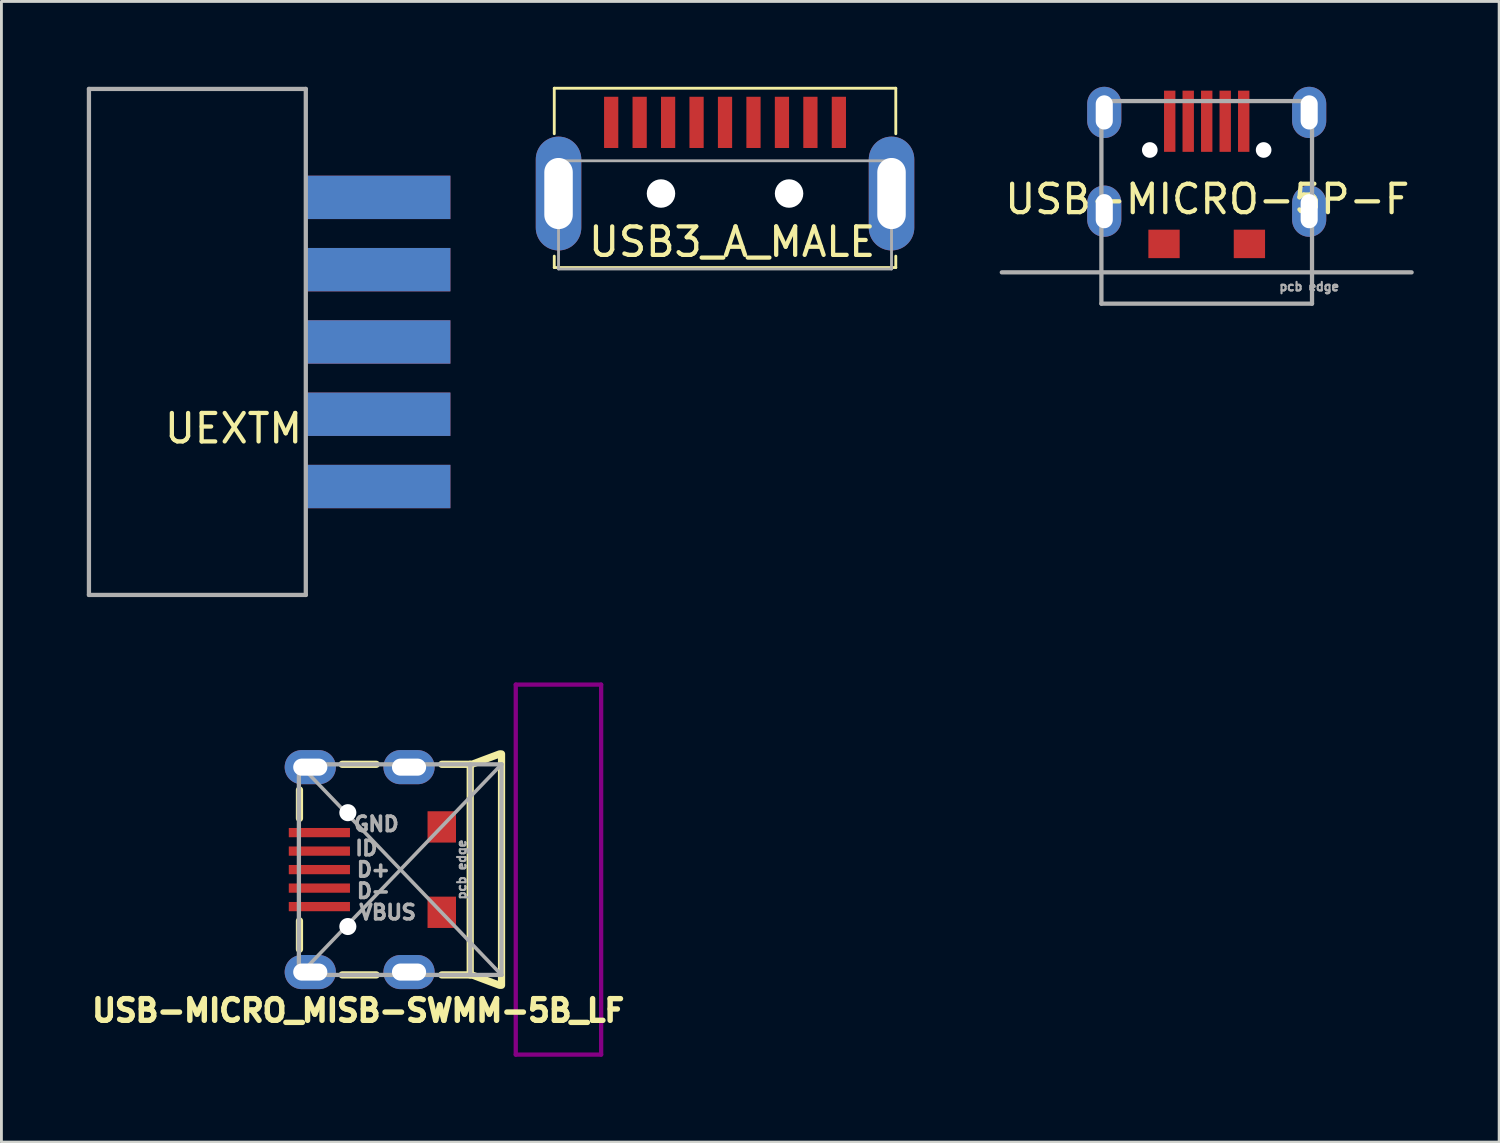
<source format=kicad_pcb>
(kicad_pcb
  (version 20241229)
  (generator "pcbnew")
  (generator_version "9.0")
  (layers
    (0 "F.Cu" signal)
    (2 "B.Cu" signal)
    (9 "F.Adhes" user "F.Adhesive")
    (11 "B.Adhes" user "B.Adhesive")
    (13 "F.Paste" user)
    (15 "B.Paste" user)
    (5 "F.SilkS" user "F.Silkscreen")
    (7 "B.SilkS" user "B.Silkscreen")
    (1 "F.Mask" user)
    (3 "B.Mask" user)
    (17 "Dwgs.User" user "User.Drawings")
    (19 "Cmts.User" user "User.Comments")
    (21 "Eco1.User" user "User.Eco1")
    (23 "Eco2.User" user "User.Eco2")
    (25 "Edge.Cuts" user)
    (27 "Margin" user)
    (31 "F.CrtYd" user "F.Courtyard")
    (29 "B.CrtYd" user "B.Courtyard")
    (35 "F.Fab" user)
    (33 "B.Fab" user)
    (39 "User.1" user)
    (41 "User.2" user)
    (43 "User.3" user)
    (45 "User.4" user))
  (footprint "USB3_A_MALE"
    (layer "F.Cu")
    (at 22.425 6.4)
    (property "Reference" "USB3_A_MALE" (at 0.25 -0.95 0) (layer "F.SilkS") (effects (font (size 1 1) (thickness 0.15))))
    (attr through_hole)
    (fp_line (start -6 -6.35) (end 6 -6.35) (stroke (width 0.1) (type solid)) (layer "F.SilkS"))
    (fp_line (start -6 -4.75) (end -6 -6.35) (stroke (width 0.1) (type solid)) (layer "F.SilkS"))
    (fp_line (start -6 -0.45) (end -6 -0.05) (stroke (width 0.1) (type solid)) (layer "F.SilkS"))
    (fp_line (start -6 -0.05) (end 6 -0.05) (stroke (width 0.1) (type solid)) (layer "F.SilkS"))
    (fp_line (start 6 -6.35) (end 6 -4.75) (stroke (width 0.1) (type solid)) (layer "F.SilkS"))
    (fp_line (start 6 -0.05) (end 6 -0.45) (stroke (width 0.1) (type solid)) (layer "F.SilkS"))
    (fp_line (start -5.85 -3.8) (end 5.85 -3.8) (stroke (width 0.1) (type solid)) (layer "F.Fab"))
    (fp_line (start -5.85 0) (end -5.85 -3.8) (stroke (width 0.1) (type solid)) (layer "F.Fab"))
    (fp_line (start -5.85 0) (end 5.85 0) (stroke (width 0.1) (type solid)) (layer "F.Fab"))
    (fp_line (start 5.85 -3.8) (end 5.85 0) (stroke (width 0.1) (type solid)) (layer "F.Fab"))
    (pad "" np_thru_hole circle (at -2.25 -2.65) (size 1 1) (drill 1) (layers "*.Cu" "*.Mask"))
    (pad "" np_thru_hole circle (at 2.25 -2.65) (size 1 1) (drill 1) (layers "*.Cu" "*.Mask"))
    (pad "0" thru_hole oval (at -5.85 -2.65) (size 1.6 4) (drill oval 1 2.5) (layers "*.Cu" "*.Mask"))
    (pad "0" thru_hole oval (at 5.85 -2.65) (size 1.6 4) (drill oval 1 2.5) (layers "*.Cu" "*.Mask"))
    (pad "1" smd rect (at 3 -5.15) (size 0.5 1.8) (layers "F.Cu" "F.Mask" "F.Paste"))
    (pad "2" smd rect (at 1 -5.15) (size 0.5 1.8) (layers "F.Cu" "F.Mask" "F.Paste"))
    (pad "3" smd rect (at -1 -5.15) (size 0.5 1.8) (layers "F.Cu" "F.Mask" "F.Paste"))
    (pad "4" smd rect (at -3 -5.15) (size 0.5 1.8) (layers "F.Cu" "F.Mask" "F.Paste"))
    (pad "5" smd rect (at -4 -5.15) (size 0.5 1.8) (layers "F.Cu" "F.Mask" "F.Paste"))
    (pad "6" smd rect (at -2 -5.15) (size 0.5 1.8) (layers "F.Cu" "F.Mask" "F.Paste"))
    (pad "7" smd rect (at 0 -5.15) (size 0.5 1.8) (layers "F.Cu" "F.Mask" "F.Paste"))
    (pad "8" smd rect (at 2 -5.15) (size 0.5 1.8) (layers "F.Cu" "F.Mask" "F.Paste"))
    (pad "9" smd rect (at 4 -5.15) (size 0.5 1.8) (layers "F.Cu" "F.Mask" "F.Paste")))
  (footprint "USB-MICRO_MISB-SWMM-5B_LF"
    (layer "F.Cu")
    (at 11.072 27.505)
    (property "Reference" "USB-MICRO_MISB-SWMM-5B_LF" (at -1.537 4.953 0) (layer "F.SilkS") (effects (font (size 0.762 0.762) (thickness 0.191))))
    (attr smd)
    (fp_line (start -3.6 -2.8) (end -3.6 -1.8) (stroke (width 0.254) (type solid)) (layer "F.SilkS"))
    (fp_line (start -3.6 1.8) (end -3.6 2.8) (stroke (width 0.254) (type solid)) (layer "F.SilkS"))
    (fp_line (start -2.1 -3.7) (end -0.9 -3.7) (stroke (width 0.254) (type solid)) (layer "F.SilkS"))
    (fp_line (start -2.1 3.7) (end -0.9 3.7) (stroke (width 0.254) (type solid)) (layer "F.SilkS"))
    (fp_line (start 1.4 -3.7) (end 2.4 -3.7) (stroke (width 0.254) (type solid)) (layer "F.SilkS"))
    (fp_line (start 2.4 -3.7) (end 2.4 3.7) (stroke (width 0.254) (type solid)) (layer "F.SilkS"))
    (fp_line (start 2.4 3.7) (end 1.4 3.7) (stroke (width 0.254) (type solid)) (layer "F.SilkS"))
    (fp_line (start 3.429 -4.064) (end 2.413 -3.683) (stroke (width 0.254) (type solid)) (layer "F.SilkS"))
    (fp_line (start 3.429 4.064) (end 2.413 3.683) (stroke (width 0.254) (type solid)) (layer "F.SilkS"))
    (fp_line (start 3.5 -4.064) (end 3.5 4.064) (stroke (width 0.254) (type solid)) (layer "F.SilkS"))
    (fp_line (start 4 -6.5) (end 7 -6.5) (stroke (width 0.15) (type solid)) (layer "F.Adhes"))
    (fp_line (start 4 6.5) (end 4 -6.5) (stroke (width 0.15) (type solid)) (layer "F.Adhes"))
    (fp_line (start 7 -6.5) (end 7 6.5) (stroke (width 0.15) (type solid)) (layer "F.Adhes"))
    (fp_line (start 7 6.5) (end 4 6.5) (stroke (width 0.15) (type solid)) (layer "F.Adhes"))
    (fp_line (start -3.62 -3.7) (end 3.5 -3.7) (stroke (width 0.15) (type solid)) (layer "F.Fab"))
    (fp_line (start -3.62 3.7) (end -3.62 -3.7) (stroke (width 0.15) (type solid)) (layer "F.Fab"))
    (fp_line (start 2.4 3.7) (end 2.4 -3.7) (stroke (width 0.15) (type solid)) (layer "F.Fab"))
    (fp_line (start 3.5 -3.7) (end -3.6 3.7) (stroke (width 0.127) (type solid)) (layer "F.Fab"))
    (fp_line (start 3.5 -3.7) (end 3.5 3.7) (stroke (width 0.15) (type solid)) (layer "F.Fab"))
    (fp_line (start 3.5 3.7) (end -3.62 3.7) (stroke (width 0.15) (type solid)) (layer "F.Fab"))
    (fp_line (start 3.5 3.7) (end -3.6 -3.7) (stroke (width 0.127) (type solid)) (layer "F.Fab"))
    (fp_text user "D-" (at -1 0.75 0) (layer "F.Fab") (effects (font (size 0.508 0.508) (thickness 0.127))))
    (fp_text user "pcb edge" (at 2.1 0 90) (layer "F.Fab") (effects (font (size 0.3 0.3) (thickness 0.075))))
    (fp_text user "D+" (at -1 0 0) (layer "F.Fab") (effects (font (size 0.508 0.508) (thickness 0.127))))
    (fp_text user "ID" (at -1.25 -0.75 0) (layer "F.Fab") (effects (font (size 0.508 0.508) (thickness 0.127))))
    (fp_text user "GND" (at -0.9 -1.6 0) (layer "F.Fab") (effects (font (size 0.508 0.508) (thickness 0.127))))
    (fp_text user "VBUS" (at -0.5 1.5 0) (layer "F.Fab") (effects (font (size 0.508 0.508) (thickness 0.127))))
    (pad "" np_thru_hole circle (at -1.9 -2 90) (size 0.6 0.6) (drill 0.6) (layers "*.Cu" "*.Mask"))
    (pad "" np_thru_hole circle (at -1.9 2 90) (size 0.6 0.6) (drill 0.6) (layers "*.Cu" "*.Mask"))
    (pad "0" thru_hole oval (at -3.22 -3.6 90) (size 1.2 1.8) (drill oval 0.6 1.2) (layers "*.Cu" "*.Mask"))
    (pad "0" thru_hole oval (at -3.22 3.6 90) (size 1.2 1.8) (drill oval 0.6 1.2) (layers "*.Cu" "*.Mask"))
    (pad "0" thru_hole oval (at 0.25 -3.6 90) (size 1.2 1.8) (drill oval 0.6 1.2) (layers "*.Cu" "*.Mask"))
    (pad "0" thru_hole oval (at 0.25 3.6 90) (size 1.2 1.8) (drill oval 0.6 1.2) (layers "*.Cu" "*.Mask"))
    (pad "0" smd rect (at 1.4 -1.5 90) (size 1.1 1) (layers "F.Cu" "F.Mask" "F.Paste"))
    (pad "0" smd rect (at 1.4 1.5 90) (size 1.1 1) (layers "F.Cu" "F.Mask" "F.Paste"))
    (pad "1" smd rect (at -2.9 1.3 90) (size 0.325 2.15) (layers "F.Cu" "F.Mask" "F.Paste"))
    (pad "2" smd rect (at -2.9 0.65 90) (size 0.325 2.15) (layers "F.Cu" "F.Mask" "F.Paste"))
    (pad "3" smd rect (at -2.9 0 90) (size 0.325 2.15) (layers "F.Cu" "F.Mask" "F.Paste"))
    (pad "4" smd rect (at -2.9 -0.65 90) (size 0.325 2.15) (layers "F.Cu" "F.Mask" "F.Paste"))
    (pad "5" smd rect (at -2.9 -1.3 90) (size 0.325 2.15) (layers "F.Cu" "F.Mask" "F.Paste")))
  (footprint "UEXTM"
    (layer "F.Cu")
    (at 5.155 8.965)
    (property "Reference" "UEXTM" (at 0 3.04 0) (layer "F.SilkS") (effects (font (size 1 1) (thickness 0.15))))
    (attr smd)
    (fp_line (start -5.08 -8.89) (end 2.54 -8.89) (stroke (width 0.15) (type solid)) (layer "F.Fab"))
    (fp_line (start -5.08 8.89) (end -5.08 -8.89) (stroke (width 0.15) (type solid)) (layer "F.Fab"))
    (fp_line (start 2.54 -8.89) (end 2.54 8.89) (stroke (width 0.15) (type solid)) (layer "F.Fab"))
    (fp_line (start 2.54 8.89) (end -5.08 8.89) (stroke (width 0.15) (type solid)) (layer "F.Fab"))
    (pad "1" smd rect (at 5.08 -5.08) (size 5.08 1.524) (layers "B.Cu" "B.Mask"))
    (pad "2" smd rect (at 5.08 -5.08) (size 5.08 1.524) (layers "F.Cu" "F.Mask"))
    (pad "3" smd rect (at 5.08 -2.54) (size 5.08 1.524) (layers "B.Cu" "B.Mask"))
    (pad "4" smd rect (at 5.08 -2.54) (size 5.08 1.524) (layers "F.Cu" "F.Mask"))
    (pad "5" smd rect (at 5.08 0) (size 5.08 1.524) (layers "B.Cu" "B.Mask"))
    (pad "6" smd rect (at 5.08 0) (size 5.08 1.524) (layers "F.Cu" "F.Mask"))
    (pad "7" smd rect (at 5.08 2.54) (size 5.08 1.524) (layers "B.Cu" "B.Mask"))
    (pad "8" smd rect (at 5.08 2.54) (size 5.08 1.524) (layers "F.Cu" "F.Mask"))
    (pad "9" smd rect (at 5.08 5.08) (size 5.08 1.524) (layers "B.Cu" "B.Mask"))
    (pad "10" smd rect (at 5.08 5.08) (size 5.08 1.524) (layers "F.Cu" "F.Mask")))
  (footprint "USB-MICRO-5P-F"
    (layer "F.Cu")
    (at 39.35 6.52)
    (property "Reference" "USB-MICRO-5P-F" (at 0.02 -2.57 0) (layer "F.SilkS") (effects (font (size 1 1) (thickness 0.15))))
    (attr through_hole)
    (fp_line (start -7.2 0) (end 7.2 0) (stroke (width 0.15) (type solid)) (layer "F.Fab"))
    (fp_line (start -3.7 -6.02) (end 3.7 -6.02) (stroke (width 0.15) (type solid)) (layer "F.Fab"))
    (fp_line (start -3.7 1.1) (end -3.7 -6.02) (stroke (width 0.15) (type solid)) (layer "F.Fab"))
    (fp_line (start 3.7 -6.02) (end 3.7 1.1) (stroke (width 0.15) (type solid)) (layer "F.Fab"))
    (fp_line (start 3.7 1.1) (end -3.7 1.1) (stroke (width 0.15) (type solid)) (layer "F.Fab"))
    (fp_text user "pcb edge" (at 3.6 0.5 0) (layer "F.Fab") (effects (font (size 0.3 0.3) (thickness 0.075))))
    (pad "" np_thru_hole circle (at -2 -4.3) (size 0.55 0.55) (drill 0.55) (layers "*.Cu" "*.Mask"))
    (pad "" np_thru_hole circle (at 2 -4.3) (size 0.55 0.55) (drill 0.55) (layers "*.Cu" "*.Mask"))
    (pad "0" thru_hole oval (at -3.6 -5.62) (size 1.2 1.8) (drill oval 0.6 1.2) (layers "*.Cu" "*.Mask"))
    (pad "0" thru_hole oval (at -3.6 -2.15) (size 1.2 1.8) (drill oval 0.6 1.2) (layers "*.Cu" "*.Mask"))
    (pad "0" smd rect (at -1.5 -1) (size 1.1 1) (layers "F.Cu" "F.Mask" "F.Paste"))
    (pad "0" smd rect (at 1.5 -1) (size 1.1 1) (layers "F.Cu" "F.Mask" "F.Paste"))
    (pad "0" thru_hole oval (at 3.6 -5.62) (size 1.2 1.8) (drill oval 0.6 1.2) (layers "*.Cu" "*.Mask"))
    (pad "0" thru_hole oval (at 3.6 -2.15) (size 1.2 1.8) (drill oval 0.6 1.2) (layers "*.Cu" "*.Mask"))
    (pad "1" smd rect (at -1.3 -5.31) (size 0.4 2.15) (layers "F.Cu" "F.Mask" "F.Paste"))
    (pad "2" smd rect (at -0.65 -5.31) (size 0.4 2.15) (layers "F.Cu" "F.Mask" "F.Paste"))
    (pad "3" smd rect (at 0 -5.31) (size 0.4 2.15) (layers "F.Cu" "F.Mask" "F.Paste"))
    (pad "4" smd rect (at 0.65 -5.31) (size 0.4 2.15) (layers "F.Cu" "F.Mask" "F.Paste"))
    (pad "5" smd rect (at 1.3 -5.31) (size 0.4 2.15) (layers "F.Cu" "F.Mask" "F.Paste")))
  (gr_rect
    (start -3 -3)
    (end 49.625 37.08)
    (stroke (width 0.1) (type default))
    (fill no)
    (layer "Edge.Cuts")))
</source>
